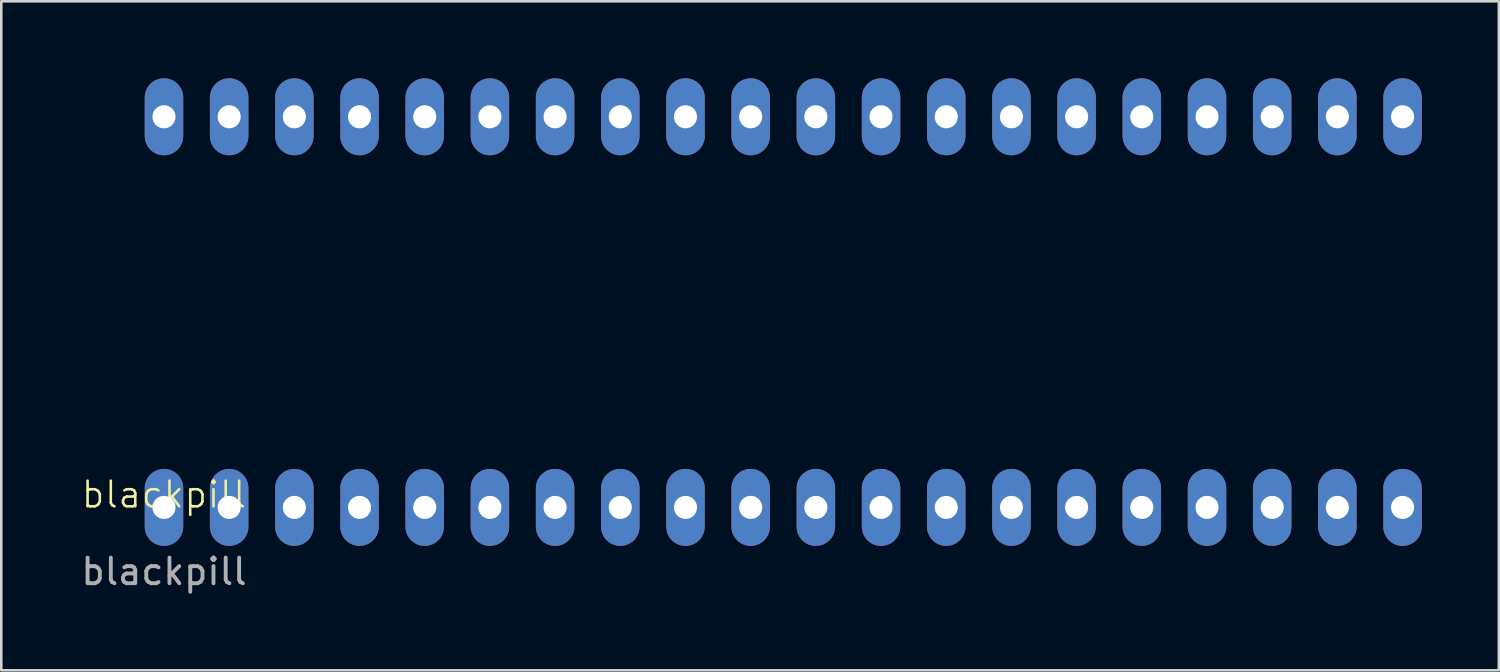
<source format=kicad_pcb>
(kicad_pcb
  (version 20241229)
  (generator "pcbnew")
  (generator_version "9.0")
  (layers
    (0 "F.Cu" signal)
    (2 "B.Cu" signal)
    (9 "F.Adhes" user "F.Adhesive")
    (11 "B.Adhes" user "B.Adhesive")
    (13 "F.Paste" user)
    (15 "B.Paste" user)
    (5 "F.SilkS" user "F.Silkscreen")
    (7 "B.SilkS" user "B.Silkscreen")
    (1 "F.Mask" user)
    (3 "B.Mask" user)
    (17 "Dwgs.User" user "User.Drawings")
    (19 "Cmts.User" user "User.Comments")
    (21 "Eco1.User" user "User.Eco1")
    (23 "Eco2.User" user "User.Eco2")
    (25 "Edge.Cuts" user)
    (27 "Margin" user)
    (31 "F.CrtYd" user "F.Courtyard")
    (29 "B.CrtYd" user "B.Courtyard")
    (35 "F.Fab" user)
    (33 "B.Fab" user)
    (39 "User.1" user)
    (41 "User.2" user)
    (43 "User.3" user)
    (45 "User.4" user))
  (footprint "blackpill"
    (layer "F.Cu")
    (at 3.339 16.72)
    (property "Reference" "blackpill" (at 0 -0.5 0) (unlocked yes) (layer "F.SilkS") (effects (font (size 1 1) (thickness 0.1))))
    (attr through_hole)
    (fp_text user "${REFERENCE}" (at 0 2.5 0) (unlocked yes) (layer "F.Fab") (effects (font (size 1 1) (thickness 0.15))))
    (pad "1" thru_hole oval (at 0 0) (size 1.5 3) (drill 0.9) (layers "*.Cu" "*.Mask"))
    (pad "2" thru_hole oval (at 2.54 0) (size 1.5 3) (drill 0.9) (layers "*.Cu" "*.Mask"))
    (pad "3" thru_hole oval (at 5.08 0) (size 1.5 3) (drill 0.9) (layers "*.Cu" "*.Mask"))
    (pad "4" thru_hole oval (at 7.62 0) (size 1.5 3) (drill 0.9) (layers "*.Cu" "*.Mask"))
    (pad "5" thru_hole oval (at 10.16 0) (size 1.5 3) (drill 0.9) (layers "*.Cu" "*.Mask"))
    (pad "6" thru_hole oval (at 12.7 0) (size 1.5 3) (drill 0.9) (layers "*.Cu" "*.Mask"))
    (pad "7" thru_hole oval (at 15.24 0) (size 1.5 3) (drill 0.9) (layers "*.Cu" "*.Mask"))
    (pad "8" thru_hole oval (at 17.78 0) (size 1.5 3) (drill 0.9) (layers "*.Cu" "*.Mask"))
    (pad "9" thru_hole oval (at 20.32 0) (size 1.5 3) (drill 0.9) (layers "*.Cu" "*.Mask"))
    (pad "10" thru_hole oval (at 22.86 0) (size 1.5 3) (drill 0.9) (layers "*.Cu" "*.Mask"))
    (pad "11" thru_hole oval (at 25.4 0) (size 1.5 3) (drill 0.9) (layers "*.Cu" "*.Mask"))
    (pad "12" thru_hole oval (at 27.94 0) (size 1.5 3) (drill 0.9) (layers "*.Cu" "*.Mask"))
    (pad "13" thru_hole oval (at 30.48 0) (size 1.5 3) (drill 0.9) (layers "*.Cu" "*.Mask"))
    (pad "14" thru_hole oval (at 33.02 0) (size 1.5 3) (drill 0.9) (layers "*.Cu" "*.Mask"))
    (pad "15" thru_hole oval (at 35.56 0) (size 1.5 3) (drill 0.9) (layers "*.Cu" "*.Mask"))
    (pad "16" thru_hole oval (at 38.1 0) (size 1.5 3) (drill 0.9) (layers "*.Cu" "*.Mask"))
    (pad "17" thru_hole oval (at 40.64 0) (size 1.5 3) (drill 0.9) (layers "*.Cu" "*.Mask"))
    (pad "18" thru_hole oval (at 43.18 0) (size 1.5 3) (drill 0.9) (layers "*.Cu" "*.Mask"))
    (pad "19" thru_hole oval (at 45.72 0) (size 1.5 3) (drill 0.9) (layers "*.Cu" "*.Mask"))
    (pad "20" thru_hole oval (at 48.26 0) (size 1.5 3) (drill 0.9) (layers "*.Cu" "*.Mask"))
    (pad "21" thru_hole oval (at 48.26 -15.22) (size 1.5 3) (drill 0.9) (layers "*.Cu" "*.Mask"))
    (pad "22" thru_hole oval (at 45.72 -15.22) (size 1.5 3) (drill 0.9) (layers "*.Cu" "*.Mask"))
    (pad "23" thru_hole oval (at 43.18 -15.22) (size 1.5 3) (drill 0.9) (layers "*.Cu" "*.Mask"))
    (pad "24" thru_hole oval (at 40.64 -15.22) (size 1.5 3) (drill 0.9) (layers "*.Cu" "*.Mask"))
    (pad "25" thru_hole oval (at 38.1 -15.22) (size 1.5 3) (drill 0.9) (layers "*.Cu" "*.Mask"))
    (pad "26" thru_hole oval (at 35.56 -15.22) (size 1.5 3) (drill 0.9) (layers "*.Cu" "*.Mask"))
    (pad "27" thru_hole oval (at 33.02 -15.22) (size 1.5 3) (drill 0.9) (layers "*.Cu" "*.Mask"))
    (pad "28" thru_hole oval (at 30.48 -15.22) (size 1.5 3) (drill 0.9) (layers "*.Cu" "*.Mask"))
    (pad "29" thru_hole oval (at 27.94 -15.22) (size 1.5 3) (drill 0.9) (layers "*.Cu" "*.Mask"))
    (pad "30" thru_hole oval (at 25.4 -15.22) (size 1.5 3) (drill 0.9) (layers "*.Cu" "*.Mask"))
    (pad "31" thru_hole oval (at 22.86 -15.22) (size 1.5 3) (drill 0.9) (layers "*.Cu" "*.Mask"))
    (pad "32" thru_hole oval (at 20.32 -15.22) (size 1.5 3) (drill 0.9) (layers "*.Cu" "*.Mask"))
    (pad "33" thru_hole oval (at 17.78 -15.22) (size 1.5 3) (drill 0.9) (layers "*.Cu" "*.Mask"))
    (pad "34" thru_hole oval (at 15.24 -15.22) (size 1.5 3) (drill 0.9) (layers "*.Cu" "*.Mask"))
    (pad "35" thru_hole oval (at 12.7 -15.22) (size 1.5 3) (drill 0.9) (layers "*.Cu" "*.Mask"))
    (pad "36" thru_hole oval (at 10.16 -15.22) (size 1.5 3) (drill 0.9) (layers "*.Cu" "*.Mask"))
    (pad "37" thru_hole oval (at 7.62 -15.22) (size 1.5 3) (drill 0.9) (layers "*.Cu" "*.Mask"))
    (pad "38" thru_hole oval (at 5.08 -15.22) (size 1.5 3) (drill 0.9) (layers "*.Cu" "*.Mask"))
    (pad "39" thru_hole oval (at 2.54 -15.22) (size 1.5 3) (drill 0.9) (layers "*.Cu" "*.Mask"))
    (pad "40" thru_hole oval (at 0 -15.22) (size 1.5 3) (drill 0.9) (layers "*.Cu" "*.Mask")))
  (gr_rect
    (start -3 -3)
    (end 55.349 23.068)
    (stroke (width 0.1) (type default))
    (fill no)
    (layer "Edge.Cuts")))
</source>
